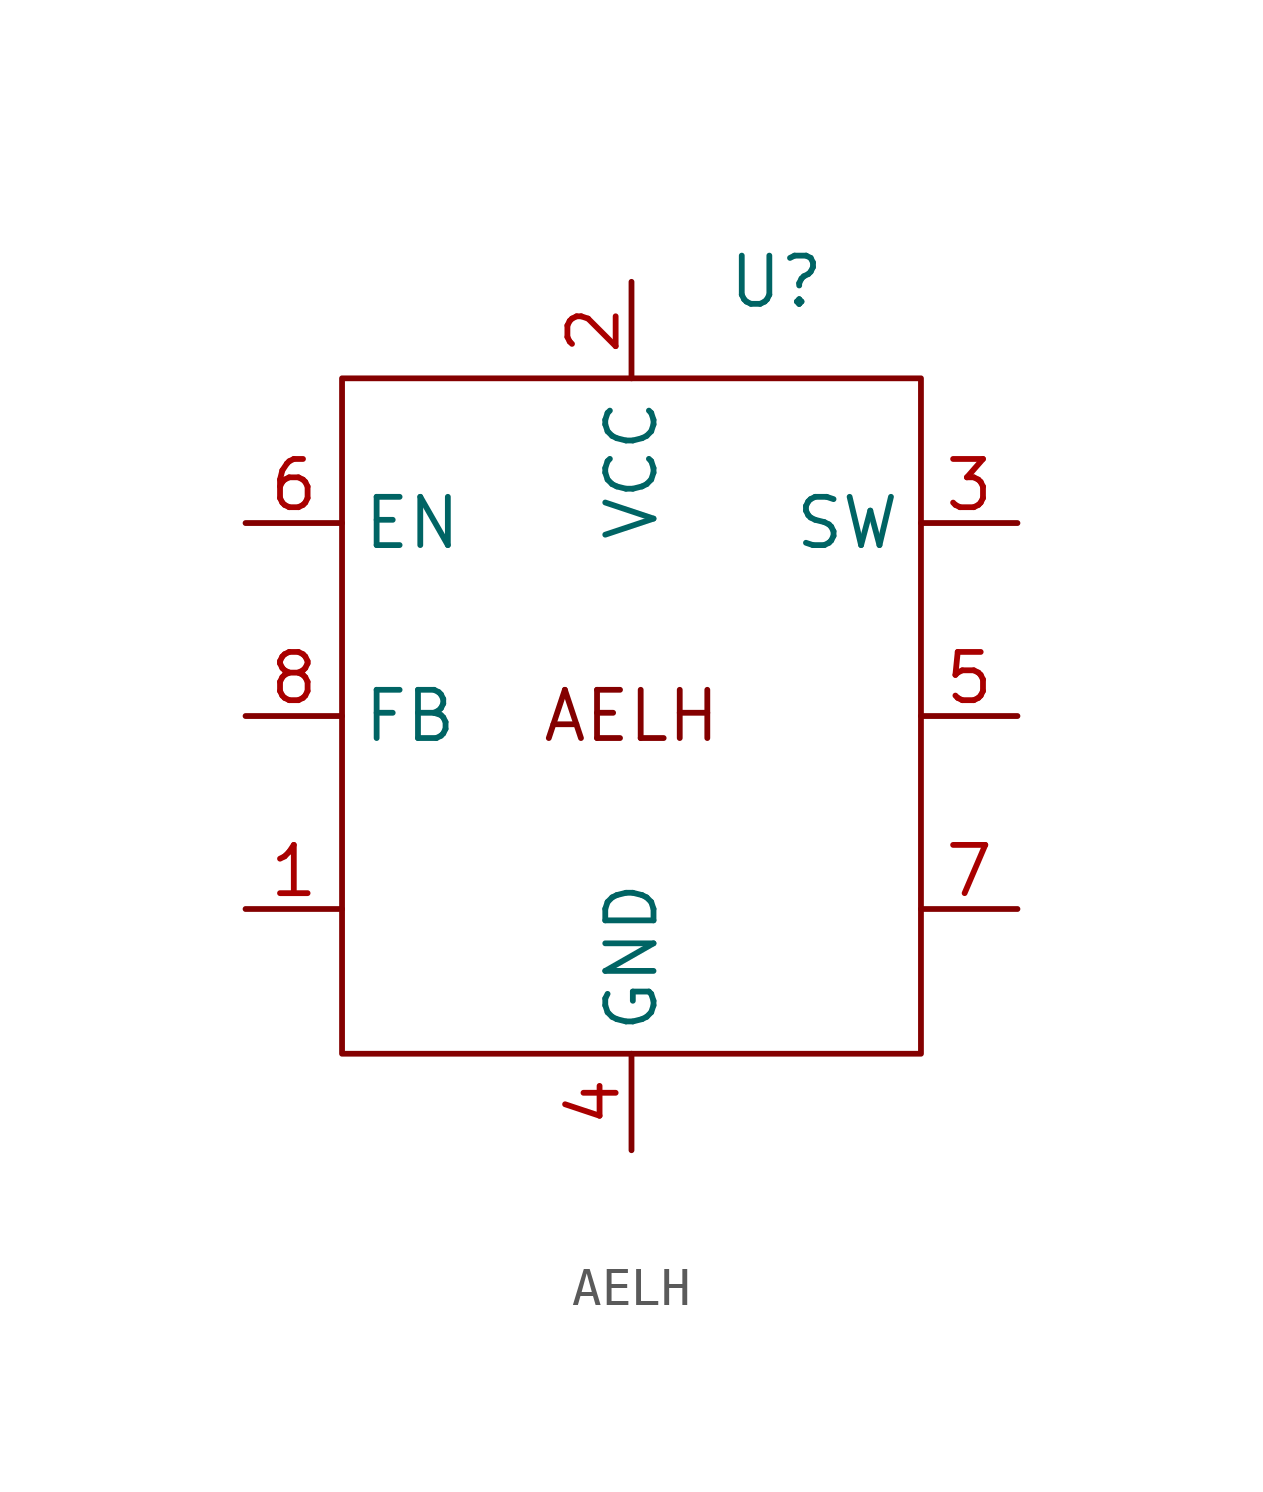
<source format=kicad_sym>
(kicad_symbol_lib
  (version 20220914)
  (generator kicad_symbol_editor)
  (symbol "AELH"
    (property "Reference" "U"
      (at 3.81 11.43 0)
      (effects (font (size 1.27 1.27))))
    (property "Value" ""
      (at 0 0 0)
      (effects (font (size 1.27 1.27))))
    (symbol "AELH_0_1"
      (rectangle (start -7.62 8.89) (end 7.62 -8.89) (stroke (width 0) (type default)) (fill (type none))))
    (symbol "AELH_1_1"
      (text "AELH" (at 0 0 0) (effects (font (size 1.27 1.27))))
      (pin passive line (at -10.16 -5.08 0) (length 2.54) (name "" (effects (font (size 1.27 1.27)))) (number "1" (effects (font (size 1.27 1.27)))))
      (pin power_in line (at 0 11.43 270) (length 2.54) (name "VCC" (effects (font (size 1.27 1.27)))) (number "2" (effects (font (size 1.27 1.27)))))
      (pin power_in line (at 10.16 5.08 180) (length 2.54) (name "SW" (effects (font (size 1.27 1.27)))) (number "3" (effects (font (size 1.27 1.27)))))
      (pin power_in line (at 0 -11.43 90) (length 2.54) (name "GND" (effects (font (size 1.27 1.27)))) (number "4" (effects (font (size 1.27 1.27)))))
      (pin passive line (at 10.16 0 180) (length 2.54) (name "" (effects (font (size 1.27 1.27)))) (number "5" (effects (font (size 1.27 1.27)))))
      (pin passive line (at -10.16 5.08 0) (length 2.54) (name "EN" (effects (font (size 1.27 1.27)))) (number "6" (effects (font (size 1.27 1.27)))))
      (pin passive line (at 10.16 -5.08 180) (length 2.54) (name "" (effects (font (size 1.27 1.27)))) (number "7" (effects (font (size 1.27 1.27)))))
      (pin passive line (at -10.16 0 0) (length 2.54) (name "FB" (effects (font (size 1.27 1.27)))) (number "8" (effects (font (size 1.27 1.27))))))))
</source>
